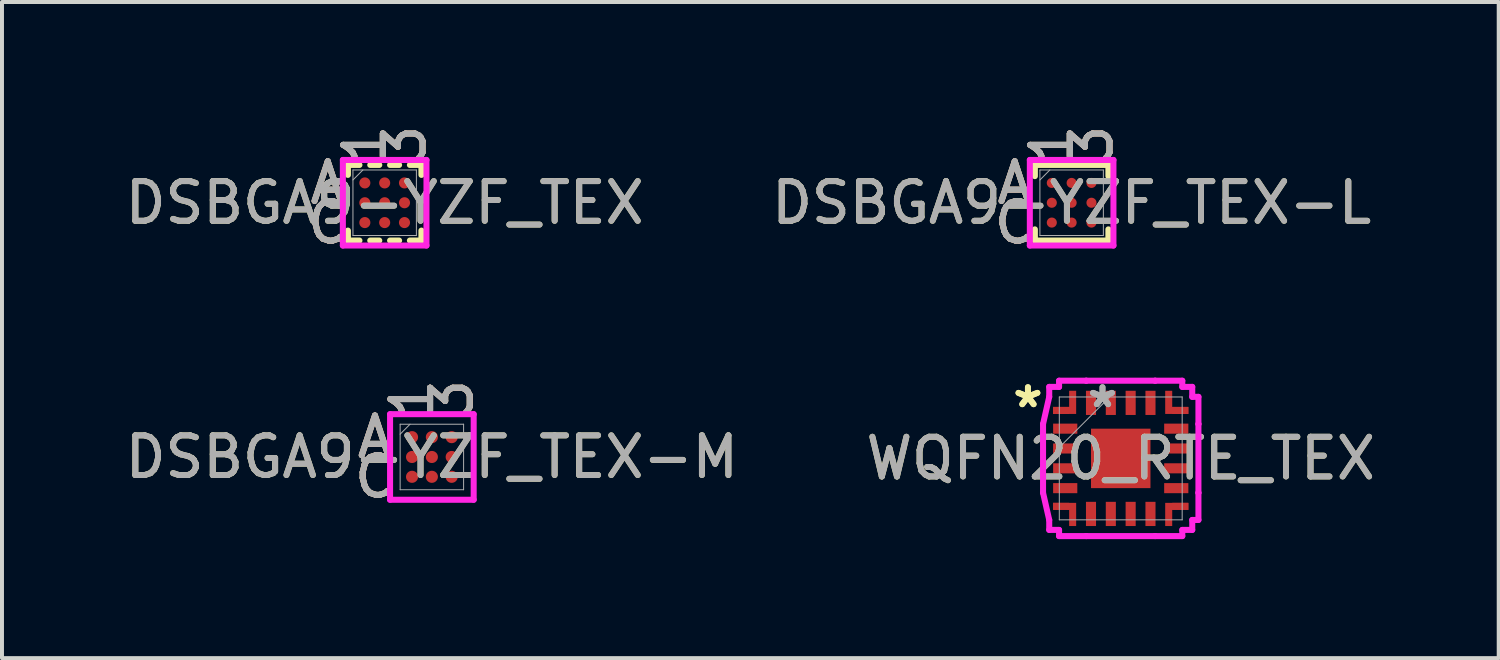
<source format=kicad_pcb>
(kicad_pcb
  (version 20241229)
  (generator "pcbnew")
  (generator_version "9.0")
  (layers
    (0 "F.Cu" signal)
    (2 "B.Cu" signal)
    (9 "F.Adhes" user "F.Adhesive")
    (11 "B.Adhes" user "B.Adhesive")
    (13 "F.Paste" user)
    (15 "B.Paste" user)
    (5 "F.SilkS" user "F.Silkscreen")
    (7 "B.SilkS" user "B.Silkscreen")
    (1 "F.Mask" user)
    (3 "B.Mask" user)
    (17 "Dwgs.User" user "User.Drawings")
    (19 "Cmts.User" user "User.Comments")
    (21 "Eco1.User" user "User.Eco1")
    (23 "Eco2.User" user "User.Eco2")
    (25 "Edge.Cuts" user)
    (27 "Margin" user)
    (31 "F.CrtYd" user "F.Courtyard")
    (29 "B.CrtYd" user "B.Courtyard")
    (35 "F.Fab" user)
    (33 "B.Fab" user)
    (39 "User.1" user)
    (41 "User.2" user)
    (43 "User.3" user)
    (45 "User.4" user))
  (footprint "DSBGA9-YZF_TEX-L"
    (layer "F.Cu")
    (at 23.97 2.062)
    (property "Reference" "DSBGA9-YZF_TEX-L" (at 0 0 0) (unlocked yes) (layer "F.SilkS") (effects (font (size 1 1) (thickness 0.15))))
    (attr smd)
    (fp_line (start -0.927 -0.953) (end -0.927 -0.671) (stroke (width 0.152) (type solid)) (layer "F.SilkS"))
    (fp_line (start -0.927 0.671) (end -0.927 0.953) (stroke (width 0.152) (type solid)) (layer "F.SilkS"))
    (fp_line (start -0.927 0.953) (end 0.927 0.953) (stroke (width 0.152) (type solid)) (layer "F.SilkS"))
    (fp_line (start 0.927 -0.953) (end -0.927 -0.953) (stroke (width 0.152) (type solid)) (layer "F.SilkS"))
    (fp_line (start 0.927 -0.671) (end 0.927 -0.953) (stroke (width 0.152) (type solid)) (layer "F.SilkS"))
    (fp_line (start 0.927 0.953) (end 0.927 0.671) (stroke (width 0.152) (type solid)) (layer "F.SilkS"))
    (fp_poly (pts (xy -1.195 -1.195) (xy 1.195 -1.195) (xy 1.195 1.195) (xy -1.195 1.195)) (stroke (width 0.1) (type solid)) (fill no) (layer "Eco2.User"))
    (fp_line (start -1.054 -1.079) (end 1.054 -1.079) (stroke (width 0.152) (type solid)) (layer "F.CrtYd"))
    (fp_line (start -1.054 1.079) (end -1.054 -1.079) (stroke (width 0.152) (type solid)) (layer "F.CrtYd"))
    (fp_line (start 1.054 -1.079) (end 1.054 1.079) (stroke (width 0.152) (type solid)) (layer "F.CrtYd"))
    (fp_line (start 1.054 1.079) (end -1.054 1.079) (stroke (width 0.152) (type solid)) (layer "F.CrtYd"))
    (fp_line (start -0.8 -0.826) (end -0.8 0.826) (stroke (width 0.025) (type solid)) (layer "F.Fab"))
    (fp_line (start -0.8 0.826) (end 0.8 0.826) (stroke (width 0.025) (type solid)) (layer "F.Fab"))
    (fp_line (start -0.55 -0.826) (end -0.8 -0.575) (stroke (width 0.025) (type solid)) (layer "F.Fab"))
    (fp_line (start 0.8 -0.826) (end -0.8 -0.826) (stroke (width 0.025) (type solid)) (layer "F.Fab"))
    (fp_line (start 0.8 0.826) (end 0.8 -0.826) (stroke (width 0.025) (type solid)) (layer "F.Fab"))
    (fp_text user "1" (at -0.5 -1.46 90) (unlocked yes) (layer "F.SilkS") (effects (font (size 1 1) (thickness 0.15))))
    (fp_text user "A" (at -1.435 -0.5 0) (unlocked yes) (layer "F.SilkS") (effects (font (size 1 1) (thickness 0.15))))
    (fp_text user "3" (at 0.5 -1.46 90) (unlocked yes) (layer "F.SilkS") (effects (font (size 1 1) (thickness 0.15))))
    (fp_text user "C" (at -1.435 0.5 0) (unlocked yes) (layer "F.SilkS") (effects (font (size 1 1) (thickness 0.15))))
    (fp_text user "3" (at 0.5 -1.46 90) (unlocked yes) (layer "B.SilkS") (effects (font (size 1 1) (thickness 0.15))))
    (fp_text user "C" (at -1.435 0.5 0) (unlocked yes) (layer "B.SilkS") (effects (font (size 1 1) (thickness 0.15))))
    (fp_text user "A" (at -1.435 -0.5 0) (unlocked yes) (layer "B.SilkS") (effects (font (size 1 1) (thickness 0.15))))
    (fp_text user "1" (at -0.5 -1.46 90) (unlocked yes) (layer "B.SilkS") (effects (font (size 1 1) (thickness 0.15))))
    (fp_text user "3" (at 0.5 -1.46 90) (unlocked yes) (layer "F.Fab") (effects (font (size 1 1) (thickness 0.15))))
    (fp_text user "C" (at -1.435 0.5 0) (unlocked yes) (layer "F.Fab") (effects (font (size 1 1) (thickness 0.15))))
    (fp_text user "A" (at -1.435 -0.5 0) (unlocked yes) (layer "F.Fab") (effects (font (size 1 1) (thickness 0.15))))
    (fp_text user "1" (at -0.5 -1.46 90) (unlocked yes) (layer "F.Fab") (effects (font (size 1 1) (thickness 0.15))))
    (fp_text user "${REFERENCE}" (at 0 0 0) (unlocked yes) (layer "F.Fab") (effects (font (size 1 1) (thickness 0.15))))
    (pad "A1" smd circle (at -0.5 -0.5) (size 0.254 0.254) (layers "F.Cu" "F.Mask" "F.Paste"))
    (pad "A2" smd circle (at 0 -0.5) (size 0.254 0.254) (layers "F.Cu" "F.Mask" "F.Paste"))
    (pad "A3" smd circle (at 0.5 -0.5) (size 0.254 0.254) (layers "F.Cu" "F.Mask" "F.Paste"))
    (pad "B1" smd circle (at -0.5 0) (size 0.254 0.254) (layers "F.Cu" "F.Mask" "F.Paste"))
    (pad "B2" smd circle (at 0 0) (size 0.254 0.254) (layers "F.Cu" "F.Mask" "F.Paste"))
    (pad "B3" smd circle (at 0.5 0) (size 0.254 0.254) (layers "F.Cu" "F.Mask" "F.Paste"))
    (pad "C1" smd circle (at -0.5 0.5) (size 0.254 0.254) (layers "F.Cu" "F.Mask" "F.Paste"))
    (pad "C2" smd circle (at 0 0.5) (size 0.254 0.254) (layers "F.Cu" "F.Mask" "F.Paste"))
    (pad "C3" smd circle (at 0.5 0.5) (size 0.254 0.254) (layers "F.Cu" "F.Mask" "F.Paste")))
  (footprint "DSBGA9-YZF_TEX-M"
    (layer "F.Cu")
    (at 7.839 8.472)
    (property "Reference" "DSBGA9-YZF_TEX-M" (at 0 0 0) (unlocked yes) (layer "F.SilkS") (effects (font (size 1 1) (thickness 0.15))))
    (attr smd)
    (fp_poly (pts (xy -1.195 -1.195) (xy 1.195 -1.195) (xy 1.195 1.195) (xy -1.195 1.195)) (stroke (width 0.1) (type solid)) (fill no) (layer "Eco2.User"))
    (fp_line (start -1.054 -1.079) (end 1.054 -1.079) (stroke (width 0.152) (type solid)) (layer "F.CrtYd"))
    (fp_line (start -1.054 1.079) (end -1.054 -1.079) (stroke (width 0.152) (type solid)) (layer "F.CrtYd"))
    (fp_line (start 1.054 -1.079) (end 1.054 1.079) (stroke (width 0.152) (type solid)) (layer "F.CrtYd"))
    (fp_line (start 1.054 1.079) (end -1.054 1.079) (stroke (width 0.152) (type solid)) (layer "F.CrtYd"))
    (fp_line (start -0.8 -0.826) (end -0.8 0.826) (stroke (width 0.025) (type solid)) (layer "F.Fab"))
    (fp_line (start -0.8 0.826) (end 0.8 0.826) (stroke (width 0.025) (type solid)) (layer "F.Fab"))
    (fp_line (start -0.55 -0.826) (end -0.8 -0.575) (stroke (width 0.025) (type solid)) (layer "F.Fab"))
    (fp_line (start 0.8 -0.826) (end -0.8 -0.826) (stroke (width 0.025) (type solid)) (layer "F.Fab"))
    (fp_line (start 0.8 0.826) (end 0.8 -0.826) (stroke (width 0.025) (type solid)) (layer "F.Fab"))
    (fp_text user "C" (at -1.435 0.5 0) (unlocked yes) (layer "F.SilkS") (effects (font (size 1 1) (thickness 0.15))))
    (fp_text user "A" (at -1.435 -0.5 0) (unlocked yes) (layer "F.SilkS") (effects (font (size 1 1) (thickness 0.15))))
    (fp_text user "1" (at -0.5 -1.46 90) (unlocked yes) (layer "F.SilkS") (effects (font (size 1 1) (thickness 0.15))))
    (fp_text user "3" (at 0.5 -1.46 90) (unlocked yes) (layer "F.SilkS") (effects (font (size 1 1) (thickness 0.15))))
    (fp_text user "3" (at 0.5 -1.46 90) (unlocked yes) (layer "B.SilkS") (effects (font (size 1 1) (thickness 0.15))))
    (fp_text user "A" (at -1.435 -0.5 0) (unlocked yes) (layer "B.SilkS") (effects (font (size 1 1) (thickness 0.15))))
    (fp_text user "C" (at -1.435 0.5 0) (unlocked yes) (layer "B.SilkS") (effects (font (size 1 1) (thickness 0.15))))
    (fp_text user "1" (at -0.5 -1.46 90) (unlocked yes) (layer "B.SilkS") (effects (font (size 1 1) (thickness 0.15))))
    (fp_text user "C" (at -1.435 0.5 0) (unlocked yes) (layer "F.Fab") (effects (font (size 1 1) (thickness 0.15))))
    (fp_text user "${REFERENCE}" (at 0 0 0) (unlocked yes) (layer "F.Fab") (effects (font (size 1 1) (thickness 0.15))))
    (fp_text user "A" (at -1.435 -0.5 0) (unlocked yes) (layer "F.Fab") (effects (font (size 1 1) (thickness 0.15))))
    (fp_text user "1" (at -0.5 -1.46 90) (unlocked yes) (layer "F.Fab") (effects (font (size 1 1) (thickness 0.15))))
    (fp_text user "3" (at 0.5 -1.46 90) (unlocked yes) (layer "F.Fab") (effects (font (size 1 1) (thickness 0.15))))
    (pad "A1" smd circle (at -0.5 -0.5) (size 0.305 0.305) (layers "F.Cu" "F.Mask" "F.Paste"))
    (pad "A2" smd circle (at 0 -0.5) (size 0.305 0.305) (layers "F.Cu" "F.Mask" "F.Paste"))
    (pad "A3" smd circle (at 0.5 -0.5) (size 0.305 0.305) (layers "F.Cu" "F.Mask" "F.Paste"))
    (pad "B1" smd circle (at -0.5 0) (size 0.305 0.305) (layers "F.Cu" "F.Mask" "F.Paste"))
    (pad "B2" smd circle (at 0 0) (size 0.305 0.305) (layers "F.Cu" "F.Mask" "F.Paste"))
    (pad "B3" smd circle (at 0.5 0) (size 0.305 0.305) (layers "F.Cu" "F.Mask" "F.Paste"))
    (pad "C1" smd circle (at -0.5 0.5) (size 0.305 0.305) (layers "F.Cu" "F.Mask" "F.Paste"))
    (pad "C2" smd circle (at 0 0.5) (size 0.305 0.305) (layers "F.Cu" "F.Mask" "F.Paste"))
    (pad "C3" smd circle (at 0.5 0.5) (size 0.305 0.305) (layers "F.Cu" "F.Mask" "F.Paste")))
  (footprint "DSBGA9-YZF_TEX"
    (layer "F.Cu")
    (at 6.649 2.062)
    (property "Reference" "DSBGA9-YZF_TEX" (at 0 0 0) (unlocked yes) (layer "F.SilkS") (effects (font (size 1 1) (thickness 0.15))))
    (attr smd)
    (fp_line (start -0.927 -0.953) (end -0.927 -0.702) (stroke (width 0.152) (type solid)) (layer "F.SilkS"))
    (fp_line (start -0.927 0.702) (end -0.927 0.953) (stroke (width 0.152) (type solid)) (layer "F.SilkS"))
    (fp_line (start -0.927 0.953) (end -0.636 0.953) (stroke (width 0.152) (type solid)) (layer "F.SilkS"))
    (fp_line (start -0.636 -0.953) (end -0.927 -0.953) (stroke (width 0.152) (type solid)) (layer "F.SilkS"))
    (fp_line (start -0.364 0.953) (end -0.136 0.953) (stroke (width 0.152) (type solid)) (layer "F.SilkS"))
    (fp_line (start -0.136 -0.953) (end -0.364 -0.953) (stroke (width 0.152) (type solid)) (layer "F.SilkS"))
    (fp_line (start 0.136 0.953) (end 0.364 0.953) (stroke (width 0.152) (type solid)) (layer "F.SilkS"))
    (fp_line (start 0.364 -0.953) (end 0.136 -0.953) (stroke (width 0.152) (type solid)) (layer "F.SilkS"))
    (fp_line (start 0.636 0.953) (end 0.927 0.953) (stroke (width 0.152) (type solid)) (layer "F.SilkS"))
    (fp_line (start 0.927 -0.953) (end 0.636 -0.953) (stroke (width 0.152) (type solid)) (layer "F.SilkS"))
    (fp_line (start 0.927 -0.702) (end 0.927 -0.953) (stroke (width 0.152) (type solid)) (layer "F.SilkS"))
    (fp_line (start 0.927 0.953) (end 0.927 0.702) (stroke (width 0.152) (type solid)) (layer "F.SilkS"))
    (fp_poly (pts (xy -1.195 -1.195) (xy 1.195 -1.195) (xy 1.195 1.195) (xy -1.195 1.195)) (stroke (width 0.1) (type solid)) (fill no) (layer "Eco2.User"))
    (fp_line (start -1.054 -1.079) (end 1.054 -1.079) (stroke (width 0.152) (type solid)) (layer "F.CrtYd"))
    (fp_line (start -1.054 1.079) (end -1.054 -1.079) (stroke (width 0.152) (type solid)) (layer "F.CrtYd"))
    (fp_line (start 1.054 -1.079) (end 1.054 1.079) (stroke (width 0.152) (type solid)) (layer "F.CrtYd"))
    (fp_line (start 1.054 1.079) (end -1.054 1.079) (stroke (width 0.152) (type solid)) (layer "F.CrtYd"))
    (fp_line (start -0.8 -0.826) (end -0.8 0.826) (stroke (width 0.025) (type solid)) (layer "F.Fab"))
    (fp_line (start -0.8 0.826) (end 0.8 0.826) (stroke (width 0.025) (type solid)) (layer "F.Fab"))
    (fp_line (start -0.55 -0.826) (end -0.8 -0.575) (stroke (width 0.025) (type solid)) (layer "F.Fab"))
    (fp_line (start 0.8 -0.826) (end -0.8 -0.826) (stroke (width 0.025) (type solid)) (layer "F.Fab"))
    (fp_line (start 0.8 0.826) (end 0.8 -0.826) (stroke (width 0.025) (type solid)) (layer "F.Fab"))
    (fp_text user "1" (at -0.5 -1.46 90) (unlocked yes) (layer "F.SilkS") (effects (font (size 1 1) (thickness 0.15))))
    (fp_text user "3" (at 0.5 -1.46 90) (unlocked yes) (layer "F.SilkS") (effects (font (size 1 1) (thickness 0.15))))
    (fp_text user "C" (at -1.435 0.5 0) (unlocked yes) (layer "F.SilkS") (effects (font (size 1 1) (thickness 0.15))))
    (fp_text user "A" (at -1.435 -0.5 0) (unlocked yes) (layer "F.SilkS") (effects (font (size 1 1) (thickness 0.15))))
    (fp_text user "1" (at -0.5 -1.46 90) (unlocked yes) (layer "B.SilkS") (effects (font (size 1 1) (thickness 0.15))))
    (fp_text user "C" (at -1.435 0.5 0) (unlocked yes) (layer "B.SilkS") (effects (font (size 1 1) (thickness 0.15))))
    (fp_text user "A" (at -1.435 -0.5 0) (unlocked yes) (layer "B.SilkS") (effects (font (size 1 1) (thickness 0.15))))
    (fp_text user "3" (at 0.5 -1.46 90) (unlocked yes) (layer "B.SilkS") (effects (font (size 1 1) (thickness 0.15))))
    (fp_text user "${REFERENCE}" (at 0 0 0) (unlocked yes) (layer "F.Fab") (effects (font (size 1 1) (thickness 0.15))))
    (fp_text user "C" (at -1.435 0.5 0) (unlocked yes) (layer "F.Fab") (effects (font (size 1 1) (thickness 0.15))))
    (fp_text user "A" (at -1.435 -0.5 0) (unlocked yes) (layer "F.Fab") (effects (font (size 1 1) (thickness 0.15))))
    (fp_text user "1" (at -0.5 -1.46 90) (unlocked yes) (layer "F.Fab") (effects (font (size 1 1) (thickness 0.15))))
    (fp_text user "3" (at 0.5 -1.46 90) (unlocked yes) (layer "F.Fab") (effects (font (size 1 1) (thickness 0.15))))
    (pad "A1" smd circle (at -0.5 -0.5) (size 0.279 0.279) (layers "F.Cu" "F.Mask" "F.Paste"))
    (pad "A2" smd circle (at 0 -0.5) (size 0.279 0.279) (layers "F.Cu" "F.Mask" "F.Paste"))
    (pad "A3" smd circle (at 0.5 -0.5) (size 0.279 0.279) (layers "F.Cu" "F.Mask" "F.Paste"))
    (pad "B1" smd circle (at -0.5 0) (size 0.279 0.279) (layers "F.Cu" "F.Mask" "F.Paste"))
    (pad "B2" smd circle (at 0 0) (size 0.279 0.279) (layers "F.Cu" "F.Mask" "F.Paste"))
    (pad "B3" smd circle (at 0.5 0) (size 0.279 0.279) (layers "F.Cu" "F.Mask" "F.Paste"))
    (pad "C1" smd circle (at -0.5 0.5) (size 0.279 0.279) (layers "F.Cu" "F.Mask" "F.Paste"))
    (pad "C2" smd circle (at 0 0.5) (size 0.279 0.279) (layers "F.Cu" "F.Mask" "F.Paste"))
    (pad "C3" smd circle (at 0.5 0.5) (size 0.279 0.279) (layers "F.Cu" "F.Mask" "F.Paste")))
  (footprint "WQFN20_RTE_TEX"
    (layer "F.Cu")
    (at 25.208 8.508)
    (property "Reference" "WQFN20_RTE_TEX" (at 0 0 0) (unlocked yes) (layer "F.SilkS") (effects (font (size 1 1) (thickness 0.15))))
    (attr smd)
    (fp_poly (pts (xy -1.301 -1.705) (xy -1.124 -1.705) (xy -1.124 -1.121) (xy -1.708 -1.121) (xy -1.708 -1.298) (xy -1.301 -1.298) (xy -1.301 -1.705)) (stroke (width 0) (type solid)) (fill yes) (layer "F.Cu"))
    (fp_poly (pts (xy -1.301 1.705) (xy -1.124 1.705) (xy -1.124 1.121) (xy -1.708 1.121) (xy -1.708 1.298) (xy -1.301 1.298) (xy -1.301 1.705)) (stroke (width 0) (type solid)) (fill yes) (layer "F.Cu"))
    (fp_poly (pts (xy 1.298 -1.705) (xy 1.121 -1.705) (xy 1.121 -1.121) (xy 1.705 -1.121) (xy 1.705 -1.298) (xy 1.298 -1.298) (xy 1.298 -1.705)) (stroke (width 0) (type solid)) (fill yes) (layer "F.Cu"))
    (fp_poly (pts (xy 1.298 1.705) (xy 1.121 1.705) (xy 1.121 1.121) (xy 1.705 1.121) (xy 1.705 1.298) (xy 1.298 1.298) (xy 1.298 1.705)) (stroke (width 0) (type solid)) (fill yes) (layer "F.Cu"))
    (fp_poly (pts (xy -1.301 -1.705) (xy -1.124 -1.705) (xy -1.124 -1.121) (xy -1.708 -1.121) (xy -1.708 -1.298) (xy -1.301 -1.298) (xy -1.301 -1.705)) (stroke (width 0) (type solid)) (fill yes) (layer "F.Mask"))
    (fp_poly (pts (xy -1.301 -1.705) (xy -1.124 -1.705) (xy -1.124 -1.121) (xy -1.708 -1.121) (xy -1.708 -1.298) (xy -1.301 -1.298) (xy -1.301 -1.705)) (stroke (width 0) (type solid)) (fill yes) (layer "F.Mask"))
    (fp_poly (pts (xy -1.301 1.705) (xy -1.124 1.705) (xy -1.124 1.121) (xy -1.708 1.121) (xy -1.708 1.298) (xy -1.301 1.298) (xy -1.301 1.705)) (stroke (width 0) (type solid)) (fill yes) (layer "F.Mask"))
    (fp_poly (pts (xy 1.298 -1.705) (xy 1.121 -1.705) (xy 1.121 -1.121) (xy 1.705 -1.121) (xy 1.705 -1.298) (xy 1.298 -1.298) (xy 1.298 -1.705)) (stroke (width 0) (type solid)) (fill yes) (layer "F.Mask"))
    (fp_poly (pts (xy 1.298 1.705) (xy 1.121 1.705) (xy 1.121 1.121) (xy 1.705 1.121) (xy 1.705 1.298) (xy 1.298 1.298) (xy 1.298 1.705)) (stroke (width 0) (type solid)) (fill yes) (layer "F.Mask"))
    (fp_poly (pts (xy -1.301 -1.705) (xy -1.124 -1.705) (xy -1.124 -1.121) (xy -1.708 -1.121) (xy -1.708 -1.298) (xy -1.301 -1.298) (xy -1.301 -1.705)) (stroke (width 0) (type solid)) (fill yes) (layer "F.Paste"))
    (fp_poly (pts (xy -1.301 -1.705) (xy -1.124 -1.705) (xy -1.124 -1.121) (xy -1.708 -1.121) (xy -1.708 -1.298) (xy -1.301 -1.298) (xy -1.301 -1.705)) (stroke (width 0) (type solid)) (fill yes) (layer "F.Paste"))
    (fp_poly (pts (xy -1.301 1.705) (xy -1.124 1.705) (xy -1.124 1.121) (xy -1.708 1.121) (xy -1.708 1.298) (xy -1.301 1.298) (xy -1.301 1.705)) (stroke (width 0) (type solid)) (fill yes) (layer "F.Paste"))
    (fp_poly (pts (xy 1.298 -1.705) (xy 1.121 -1.705) (xy 1.121 -1.121) (xy 1.705 -1.121) (xy 1.705 -1.298) (xy 1.298 -1.298) (xy 1.298 -1.705)) (stroke (width 0) (type solid)) (fill yes) (layer "F.Paste"))
    (fp_poly (pts (xy 1.298 1.705) (xy 1.121 1.705) (xy 1.121 1.121) (xy 1.705 1.121) (xy 1.705 1.298) (xy 1.298 1.298) (xy 1.298 1.705)) (stroke (width 0) (type solid)) (fill yes) (layer "F.Paste"))
    (fp_line (start -1.959 -0.867) (end -1.959 0.867) (stroke (width 0.152) (type solid)) (layer "F.CrtYd"))
    (fp_line (start -1.959 0.867) (end -1.803 1.552) (stroke (width 0.152) (type solid)) (layer "F.CrtYd"))
    (fp_line (start -1.803 -1.803) (end -1.803 -1.552) (stroke (width 0.152) (type solid)) (layer "F.CrtYd"))
    (fp_line (start -1.803 -1.552) (end -1.959 -0.867) (stroke (width 0.152) (type solid)) (layer "F.CrtYd"))
    (fp_line (start -1.803 1.552) (end -1.803 1.803) (stroke (width 0.152) (type solid)) (layer "F.CrtYd"))
    (fp_line (start -1.803 1.803) (end -1.555 1.803) (stroke (width 0.152) (type solid)) (layer "F.CrtYd"))
    (fp_line (start -1.555 -1.803) (end -1.803 -1.803) (stroke (width 0.152) (type solid)) (layer "F.CrtYd"))
    (fp_line (start -1.555 1.803) (end -1.555 1.959) (stroke (width 0.152) (type solid)) (layer "F.CrtYd"))
    (fp_line (start -1.555 -1.959) (end -1.555 -1.803) (stroke (width 0.152) (type solid)) (layer "F.CrtYd"))
    (fp_line (start -1.555 1.959) (end -0.87 1.959) (stroke (width 0.152) (type solid)) (layer "F.CrtYd"))
    (fp_line (start -0.87 -1.959) (end -0.87 -1.959) (stroke (width 0.152) (type solid)) (layer "F.CrtYd"))
    (fp_line (start -0.87 -1.959) (end -1.555 -1.959) (stroke (width 0.152) (type solid)) (layer "F.CrtYd"))
    (fp_line (start -0.87 1.959) (end -0.87 1.959) (stroke (width 0.152) (type solid)) (layer "F.CrtYd"))
    (fp_line (start -0.87 1.959) (end 0.867 1.959) (stroke (width 0.152) (type solid)) (layer "F.CrtYd"))
    (fp_line (start 0.867 -1.959) (end -0.87 -1.959) (stroke (width 0.152) (type solid)) (layer "F.CrtYd"))
    (fp_line (start 0.867 -1.959) (end 0.867 -1.959) (stroke (width 0.152) (type solid)) (layer "F.CrtYd"))
    (fp_line (start 0.867 1.959) (end 1.552 1.959) (stroke (width 0.152) (type solid)) (layer "F.CrtYd"))
    (fp_line (start 0.867 1.959) (end 0.867 1.959) (stroke (width 0.152) (type solid)) (layer "F.CrtYd"))
    (fp_line (start 1.552 -1.959) (end 0.867 -1.959) (stroke (width 0.152) (type solid)) (layer "F.CrtYd"))
    (fp_line (start 1.552 1.959) (end 1.552 1.803) (stroke (width 0.152) (type solid)) (layer "F.CrtYd"))
    (fp_line (start 1.552 -1.803) (end 1.552 -1.959) (stroke (width 0.152) (type solid)) (layer "F.CrtYd"))
    (fp_line (start 1.552 1.803) (end 1.803 1.803) (stroke (width 0.152) (type solid)) (layer "F.CrtYd"))
    (fp_line (start 1.803 -1.803) (end 1.552 -1.803) (stroke (width 0.152) (type solid)) (layer "F.CrtYd"))
    (fp_line (start 1.803 -1.552) (end 1.803 -1.803) (stroke (width 0.152) (type solid)) (layer "F.CrtYd"))
    (fp_line (start 1.803 1.552) (end 1.959 1.552) (stroke (width 0.152) (type solid)) (layer "F.CrtYd"))
    (fp_line (start 1.803 1.803) (end 1.803 1.552) (stroke (width 0.152) (type solid)) (layer "F.CrtYd"))
    (fp_line (start 1.959 -1.552) (end 1.803 -1.552) (stroke (width 0.152) (type solid)) (layer "F.CrtYd"))
    (fp_line (start 1.959 -0.867) (end 1.959 -1.552) (stroke (width 0.152) (type solid)) (layer "F.CrtYd"))
    (fp_line (start 1.959 -0.867) (end 1.959 -0.867) (stroke (width 0.152) (type solid)) (layer "F.CrtYd"))
    (fp_line (start 1.959 0.867) (end 1.959 -0.867) (stroke (width 0.152) (type solid)) (layer "F.CrtYd"))
    (fp_line (start 1.959 0.867) (end 1.959 0.867) (stroke (width 0.152) (type solid)) (layer "F.CrtYd"))
    (fp_line (start 1.959 1.552) (end 1.959 0.867) (stroke (width 0.152) (type solid)) (layer "F.CrtYd"))
    (fp_line (start -1.549 -1.549) (end -1.549 1.549) (stroke (width 0.025) (type solid)) (layer "F.Fab"))
    (fp_line (start -1.549 -0.279) (end -0.279 -1.549) (stroke (width 0.025) (type solid)) (layer "F.Fab"))
    (fp_line (start -1.549 1.549) (end 1.549 1.549) (stroke (width 0.025) (type solid)) (layer "F.Fab"))
    (fp_line (start 1.549 -1.549) (end -1.549 -1.549) (stroke (width 0.025) (type solid)) (layer "F.Fab"))
    (fp_line (start 1.549 1.549) (end 1.549 -1.549) (stroke (width 0.025) (type solid)) (layer "F.Fab"))
    (fp_text user "*" (at -2.34 -1.25 0) (unlocked yes) (layer "F.SilkS") (effects (font (size 1 1) (thickness 0.15))))
    (fp_text user "*" (at -2.34 -1.25 0) (layer "F.SilkS") (effects (font (size 1 1) (thickness 0.15))))
    (fp_text user "${REFERENCE}" (at 0 0 0) (unlocked yes) (layer "F.Fab") (effects (font (size 1 1) (thickness 0.15))))
    (fp_text user "*" (at -0.46 -1.25 0) (layer "F.Fab") (effects (font (size 1 1) (thickness 0.15))))
    (fp_text user "*" (at -0.46 -1.25 0) (unlocked yes) (layer "F.Fab") (effects (font (size 1 1) (thickness 0.15))))
    (pad "1" smd rect (at -1.4 -0.75) (size 0.61 0.254) (layers "F.Cu" "F.Mask" "F.Paste"))
    (pad "2" smd rect (at -1.4 -0.25) (size 0.61 0.254) (layers "F.Cu" "F.Mask" "F.Paste"))
    (pad "3" smd rect (at -1.4 0.25) (size 0.61 0.254) (layers "F.Cu" "F.Mask" "F.Paste"))
    (pad "4" smd rect (at -1.4 0.75) (size 0.61 0.254) (layers "F.Cu" "F.Mask" "F.Paste"))
    (pad "5" smd rect (at -1.505 1.209) (size 0.406 0.178) (layers "F.Cu" "F.Mask" "F.Paste"))
    (pad "6" smd rect (at -0.75 1.4 90) (size 0.61 0.254) (layers "F.Cu" "F.Mask" "F.Paste"))
    (pad "7" smd rect (at -0.25 1.4 90) (size 0.61 0.254) (layers "F.Cu" "F.Mask" "F.Paste"))
    (pad "8" smd rect (at 0.25 1.4 90) (size 0.61 0.254) (layers "F.Cu" "F.Mask" "F.Paste"))
    (pad "9" smd rect (at 0.75 1.4 90) (size 0.61 0.254) (layers "F.Cu" "F.Mask" "F.Paste"))
    (pad "10" smd rect (at 1.502 1.209) (size 0.406 0.178) (layers "F.Cu" "F.Mask" "F.Paste"))
    (pad "11" smd rect (at 1.4 0.75) (size 0.61 0.254) (layers "F.Cu" "F.Mask" "F.Paste"))
    (pad "12" smd rect (at 1.4 0.25) (size 0.61 0.254) (layers "F.Cu" "F.Mask" "F.Paste"))
    (pad "13" smd rect (at 1.4 -0.25) (size 0.61 0.254) (layers "F.Cu" "F.Mask" "F.Paste"))
    (pad "14" smd rect (at 1.4 -0.75) (size 0.61 0.254) (layers "F.Cu" "F.Mask" "F.Paste"))
    (pad "15" smd rect (at 1.502 -1.209) (size 0.406 0.178) (layers "F.Cu" "F.Mask" "F.Paste"))
    (pad "16" smd rect (at 0.75 -1.4 90) (size 0.61 0.254) (layers "F.Cu" "F.Mask" "F.Paste"))
    (pad "17" smd rect (at 0.25 -1.4 90) (size 0.61 0.254) (layers "F.Cu" "F.Mask" "F.Paste"))
    (pad "18" smd rect (at -0.25 -1.4 90) (size 0.61 0.254) (layers "F.Cu" "F.Mask" "F.Paste"))
    (pad "19" smd rect (at -0.75 -1.4 90) (size 0.61 0.254) (layers "F.Cu" "F.Mask" "F.Paste"))
    (pad "20" smd rect (at -1.505 -1.209) (size 0.406 0.178) (layers "F.Cu" "F.Mask" "F.Paste"))
    (pad "21" smd rect (at 0 0) (size 1.499 1.499) (layers "F.Cu" "F.Mask")))
  (gr_rect
    (start -3 -3)
    (end 34.738 13.543)
    (stroke (width 0.1) (type default))
    (fill no)
    (layer "Edge.Cuts")))
</source>
